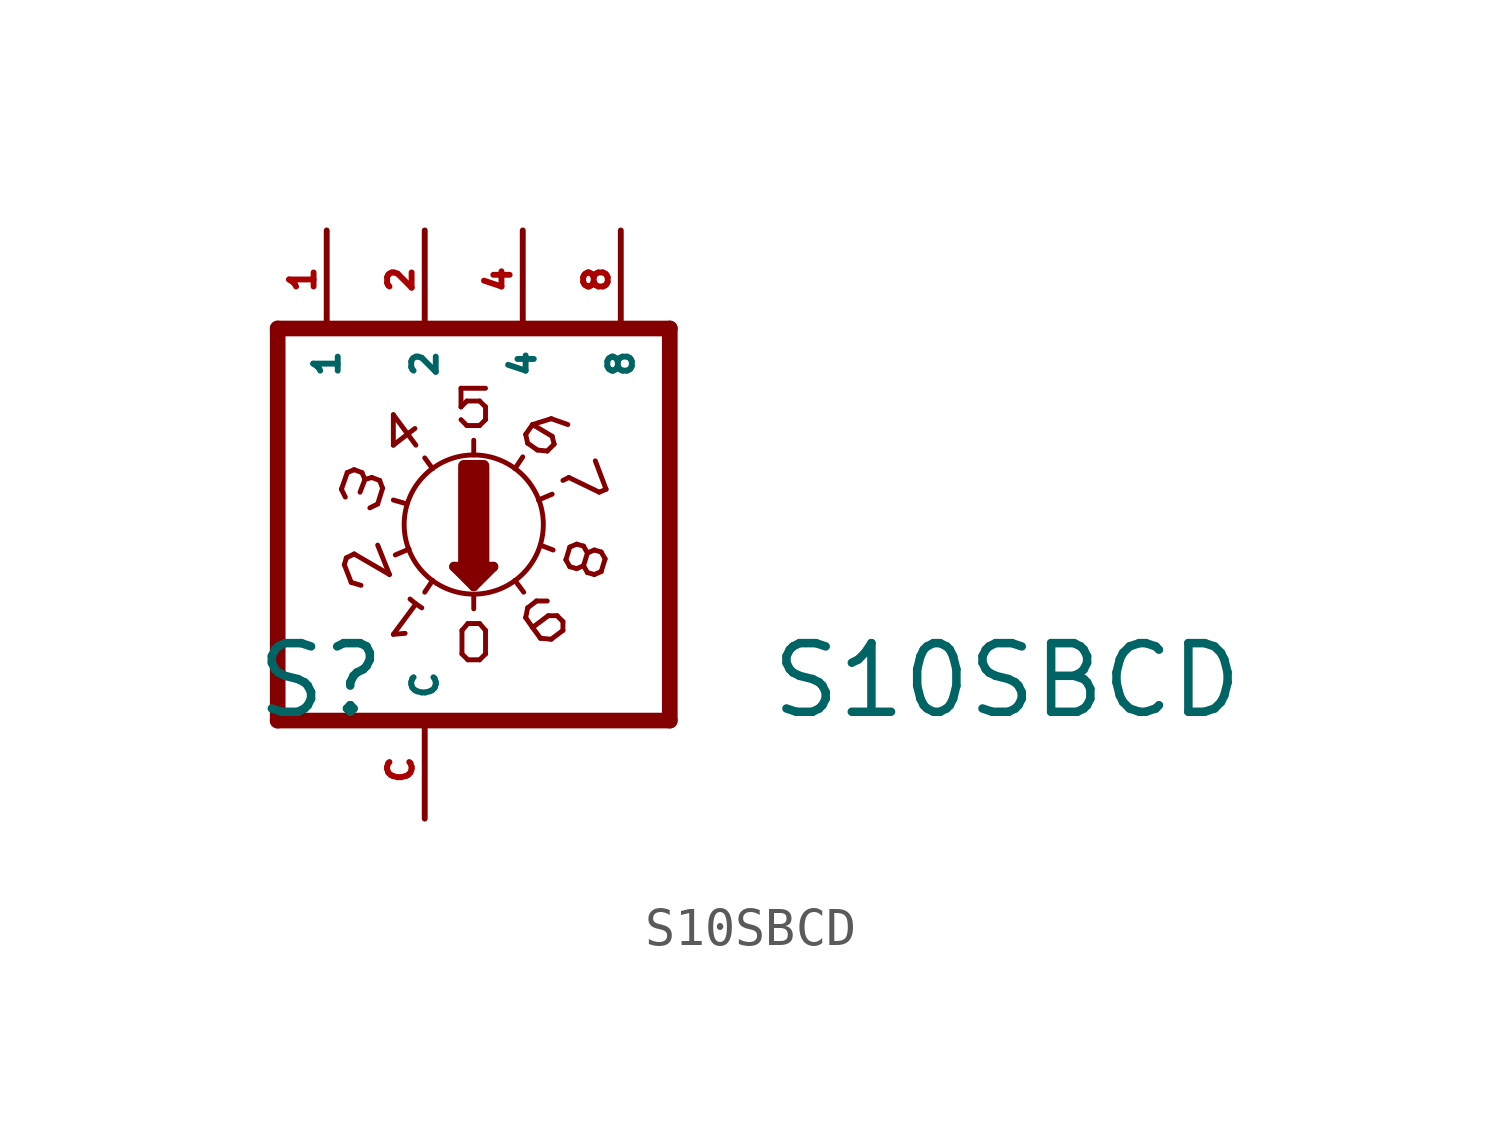
<source format=kicad_sym>
(kicad_symbol_lib
  (version 20220914)
  (generator Eagle2Kicad)
  (symbol "S10SBCD"
    (property "Reference" "S"
      (at -4.445 -5.08 0)
      (effects (font (size 1.778 1.778) (thickness 0.22)) (justify left bottom)))
    (property "Value" "S10SBCD"
      (at 8.89 -5.08 0)
      (effects (font (size 1.778 1.778) (thickness 0.22)) (justify left bottom)))
    (polyline
      (pts (xy 6.35 -5.08) (xy 6.35 5.08))
      (stroke (width 0.406) (type default))
      (fill (type none)))
    (polyline
      (pts (xy 1.27 1.803) (xy 1.27 2.184))
      (stroke (width 0.127) (type default))
      (fill (type none)))
    (polyline
      (pts (xy 0.762 -1.092) (xy 1.27 -1.6))
      (stroke (width 0.254) (type default))
      (fill (type none)))
    (polyline
      (pts (xy 1.27 -1.6) (xy 1.778 -1.092))
      (stroke (width 0.254) (type default))
      (fill (type none)))
    (polyline
      (pts (xy 1.778 -1.092) (xy 0.762 -1.092))
      (stroke (width 0.254) (type default))
      (fill (type none)))
    (polyline
      (pts (xy 1.27 -1.829) (xy 1.27 -2.184))
      (stroke (width 0.127) (type default))
      (fill (type none)))
    (polyline
      (pts (xy 1.016 -1.219) (xy 1.524 -1.219))
      (stroke (width 0.254) (type default))
      (fill (type none)))
    (polyline
      (pts (xy 1.27 -1.473) (xy 1.27 -1.346))
      (stroke (width 0.254) (type default))
      (fill (type none)))
    (polyline
      (pts (xy -3.81 -5.08) (xy -3.81 5.08))
      (stroke (width 0.406) (type default))
      (fill (type none)))
    (polyline
      (pts (xy 1.118 -3.505) (xy 1.422 -3.505))
      (stroke (width 0.127) (type default))
      (fill (type none)))
    (polyline
      (pts (xy 1.422 -3.505) (xy 1.575 -3.353))
      (stroke (width 0.127) (type default))
      (fill (type none)))
    (polyline
      (pts (xy 1.575 -3.353) (xy 1.575 -2.743))
      (stroke (width 0.127) (type default))
      (fill (type none)))
    (polyline
      (pts (xy 1.575 -2.743) (xy 1.422 -2.565))
      (stroke (width 0.127) (type default))
      (fill (type none)))
    (polyline
      (pts (xy 1.422 -2.565) (xy 1.118 -2.565))
      (stroke (width 0.127) (type default))
      (fill (type none)))
    (polyline
      (pts (xy 1.118 -2.565) (xy 0.965 -2.743))
      (stroke (width 0.127) (type default))
      (fill (type none)))
    (polyline
      (pts (xy 0.965 -2.743) (xy 0.965 -3.353))
      (stroke (width 0.127) (type default))
      (fill (type none)))
    (polyline
      (pts (xy 0.965 -3.353) (xy 1.118 -3.505))
      (stroke (width 0.127) (type default))
      (fill (type none)))
    (polyline
      (pts (xy 0.94 2.718) (xy 1.092 2.565))
      (stroke (width 0.127) (type default))
      (fill (type none)))
    (polyline
      (pts (xy 1.092 2.565) (xy 1.422 2.565))
      (stroke (width 0.127) (type default))
      (fill (type none)))
    (polyline
      (pts (xy 1.422 2.565) (xy 1.575 2.718))
      (stroke (width 0.127) (type default))
      (fill (type none)))
    (polyline
      (pts (xy 1.575 3.048) (xy 1.575 2.718))
      (stroke (width 0.127) (type default))
      (fill (type none)))
    (polyline
      (pts (xy 1.575 3.048) (xy 1.422 3.2))
      (stroke (width 0.127) (type default))
      (fill (type none)))
    (polyline
      (pts (xy 1.422 3.2) (xy 1.092 3.2))
      (stroke (width 0.127) (type default))
      (fill (type none)))
    (polyline
      (pts (xy 1.092 3.2) (xy 0.94 3.048))
      (stroke (width 0.127) (type default))
      (fill (type none)))
    (polyline
      (pts (xy 0.94 3.048) (xy 0.94 3.531))
      (stroke (width 0.127) (type default))
      (fill (type none)))
    (polyline
      (pts (xy 1.575 3.531) (xy 0.94 3.531))
      (stroke (width 0.127) (type default))
      (fill (type none)))
    (polyline
      (pts (xy -0.381 -1.93) (xy -0.229 -2.057))
      (stroke (width 0.127) (type default))
      (fill (type none)))
    (polyline
      (pts (xy 0.203 -1.448) (xy 0 -1.753))
      (stroke (width 0.127) (type default))
      (fill (type none)))
    (polyline
      (pts (xy -0.229 -2.057) (xy -0.813 -2.845))
      (stroke (width 0.127) (type default))
      (fill (type none)))
    (polyline
      (pts (xy -0.229 -2.057) (xy -0.076 -2.159))
      (stroke (width 0.127) (type default))
      (fill (type none)))
    (polyline
      (pts (xy -0.813 -2.845) (xy -0.508 -2.819))
      (stroke (width 0.127) (type default))
      (fill (type none)))
    (polyline
      (pts (xy -1.219 -0.533) (xy -0.914 -1.295))
      (stroke (width 0.127) (type default))
      (fill (type none)))
    (polyline
      (pts (xy -0.914 -1.295) (xy -1.829 -0.762))
      (stroke (width 0.127) (type default))
      (fill (type none)))
    (polyline
      (pts (xy -1.829 -0.762) (xy -2.032 -0.864))
      (stroke (width 0.127) (type default))
      (fill (type none)))
    (polyline
      (pts (xy -2.032 -0.864) (xy -2.083 -1.041))
      (stroke (width 0.127) (type default))
      (fill (type none)))
    (polyline
      (pts (xy -2.083 -1.041) (xy -1.905 -1.499))
      (stroke (width 0.127) (type default))
      (fill (type none)))
    (polyline
      (pts (xy -1.905 -1.499) (xy -1.651 -1.575))
      (stroke (width 0.127) (type default))
      (fill (type none)))
    (polyline
      (pts (xy -0.406 -0.635) (xy -0.762 -0.787))
      (stroke (width 0.127) (type default))
      (fill (type none)))
    (polyline
      (pts (xy -0.457 0.533) (xy -0.813 0.635))
      (stroke (width 0.127) (type default))
      (fill (type none)))
    (polyline
      (pts (xy -1.219 0.533) (xy -1.092 0.94))
      (stroke (width 0.127) (type default))
      (fill (type none)))
    (polyline
      (pts (xy -1.092 0.94) (xy -1.168 1.143))
      (stroke (width 0.127) (type default))
      (fill (type none)))
    (polyline
      (pts (xy -1.168 1.143) (xy -1.372 1.219))
      (stroke (width 0.127) (type default))
      (fill (type none)))
    (polyline
      (pts (xy -1.549 1.168) (xy -1.626 1.346))
      (stroke (width 0.127) (type default))
      (fill (type none)))
    (polyline
      (pts (xy -1.549 1.168) (xy -1.676 0.838))
      (stroke (width 0.127) (type default))
      (fill (type none)))
    (polyline
      (pts (xy -1.626 1.346) (xy -1.829 1.422))
      (stroke (width 0.127) (type default))
      (fill (type none)))
    (polyline
      (pts (xy -1.829 1.422) (xy -2.007 1.346))
      (stroke (width 0.127) (type default))
      (fill (type none)))
    (polyline
      (pts (xy -2.007 1.346) (xy -2.159 0.914))
      (stroke (width 0.127) (type default))
      (fill (type none)))
    (polyline
      (pts (xy -2.159 0.914) (xy -2.057 0.711))
      (stroke (width 0.127) (type default))
      (fill (type none)))
    (polyline
      (pts (xy -1.219 0.533) (xy -1.422 0.432))
      (stroke (width 0.127) (type default))
      (fill (type none)))
    (polyline
      (pts (xy -1.372 1.219) (xy -1.549 1.168))
      (stroke (width 0.127) (type default))
      (fill (type none)))
    (polyline
      (pts (xy -0.813 2.845) (xy -0.813 2.057))
      (stroke (width 0.127) (type default))
      (fill (type none)))
    (polyline
      (pts (xy -0.813 2.057) (xy -0.254 2.489))
      (stroke (width 0.127) (type default))
      (fill (type none)))
    (polyline
      (pts (xy -0.813 2.845) (xy -0.229 2.057))
      (stroke (width 0.127) (type default))
      (fill (type none)))
    (polyline
      (pts (xy 0.203 1.448) (xy 0 1.727))
      (stroke (width 0.127) (type default))
      (fill (type none)))
    (polyline
      (pts (xy 2.337 1.448) (xy 2.54 1.753))
      (stroke (width 0.127) (type default))
      (fill (type none)))
    (polyline
      (pts (xy 2.946 0.635) (xy 3.302 0.787))
      (stroke (width 0.127) (type default))
      (fill (type none)))
    (polyline
      (pts (xy 2.667 2.108) (xy 2.921 1.93))
      (stroke (width 0.127) (type default))
      (fill (type none)))
    (polyline
      (pts (xy 2.921 1.93) (xy 3.175 1.905))
      (stroke (width 0.127) (type default))
      (fill (type none)))
    (polyline
      (pts (xy 3.175 1.905) (xy 3.353 2.083))
      (stroke (width 0.127) (type default))
      (fill (type none)))
    (polyline
      (pts (xy 3.353 2.083) (xy 3.302 2.286))
      (stroke (width 0.127) (type default))
      (fill (type none)))
    (polyline
      (pts (xy 3.302 2.286) (xy 2.794 2.591))
      (stroke (width 0.127) (type default))
      (fill (type none)))
    (polyline
      (pts (xy 2.794 2.591) (xy 3.277 2.743))
      (stroke (width 0.127) (type default))
      (fill (type none)))
    (polyline
      (pts (xy 3.277 2.743) (xy 3.708 2.591))
      (stroke (width 0.127) (type default))
      (fill (type none)))
    (polyline
      (pts (xy 2.667 2.108) (xy 2.616 2.337))
      (stroke (width 0.127) (type default))
      (fill (type none)))
    (polyline
      (pts (xy 2.616 2.337) (xy 2.794 2.591))
      (stroke (width 0.127) (type default))
      (fill (type none)))
    (polyline
      (pts (xy 4.42 1.651) (xy 4.699 0.914))
      (stroke (width 0.127) (type default))
      (fill (type none)))
    (polyline
      (pts (xy 4.699 0.914) (xy 4.521 0.838))
      (stroke (width 0.127) (type default))
      (fill (type none)))
    (polyline
      (pts (xy 4.521 0.838) (xy 3.734 1.219))
      (stroke (width 0.127) (type default))
      (fill (type none)))
    (polyline
      (pts (xy 3.734 1.219) (xy 3.581 1.143))
      (stroke (width 0.127) (type default))
      (fill (type none)))
    (polyline
      (pts (xy 4.216 -0.737) (xy 4.115 -0.559))
      (stroke (width 0.127) (type default))
      (fill (type none)))
    (polyline
      (pts (xy 4.115 -0.559) (xy 3.937 -0.508))
      (stroke (width 0.127) (type default))
      (fill (type none)))
    (polyline
      (pts (xy 3.937 -0.508) (xy 3.759 -0.584))
      (stroke (width 0.127) (type default))
      (fill (type none)))
    (polyline
      (pts (xy 4.115 -1.067) (xy 4.216 -0.737))
      (stroke (width 0.127) (type default))
      (fill (type none)))
    (polyline
      (pts (xy 3.759 -0.584) (xy 3.658 -0.914))
      (stroke (width 0.127) (type default))
      (fill (type none)))
    (polyline
      (pts (xy 3.658 -0.914) (xy 3.759 -1.092))
      (stroke (width 0.127) (type default))
      (fill (type none)))
    (polyline
      (pts (xy 3.759 -1.092) (xy 3.937 -1.143))
      (stroke (width 0.127) (type default))
      (fill (type none)))
    (polyline
      (pts (xy 3.937 -1.143) (xy 4.115 -1.067))
      (stroke (width 0.127) (type default))
      (fill (type none)))
    (polyline
      (pts (xy 4.674 -0.889) (xy 4.572 -0.711))
      (stroke (width 0.127) (type default))
      (fill (type none)))
    (polyline
      (pts (xy 4.572 -0.711) (xy 4.394 -0.66))
      (stroke (width 0.127) (type default))
      (fill (type none)))
    (polyline
      (pts (xy 4.394 -0.66) (xy 4.216 -0.737))
      (stroke (width 0.127) (type default))
      (fill (type none)))
    (polyline
      (pts (xy 4.572 -1.219) (xy 4.674 -0.889))
      (stroke (width 0.127) (type default))
      (fill (type none)))
    (polyline
      (pts (xy 4.115 -1.067) (xy 4.216 -1.245))
      (stroke (width 0.127) (type default))
      (fill (type none)))
    (polyline
      (pts (xy 4.216 -1.245) (xy 4.394 -1.295))
      (stroke (width 0.127) (type default))
      (fill (type none)))
    (polyline
      (pts (xy 4.394 -1.295) (xy 4.572 -1.219))
      (stroke (width 0.127) (type default))
      (fill (type none)))
    (polyline
      (pts (xy 2.667 -2.159) (xy 2.896 -1.981))
      (stroke (width 0.127) (type default))
      (fill (type none)))
    (polyline
      (pts (xy 2.896 -1.981) (xy 3.175 -1.981))
      (stroke (width 0.127) (type default))
      (fill (type none)))
    (polyline
      (pts (xy 2.667 -2.159) (xy 2.616 -2.413))
      (stroke (width 0.127) (type default))
      (fill (type none)))
    (polyline
      (pts (xy 2.616 -2.413) (xy 2.794 -2.667))
      (stroke (width 0.127) (type default))
      (fill (type none)))
    (polyline
      (pts (xy 2.997 -2.946) (xy 3.277 -2.972))
      (stroke (width 0.127) (type default))
      (fill (type none)))
    (polyline
      (pts (xy 3.277 -2.972) (xy 3.581 -2.743))
      (stroke (width 0.127) (type default))
      (fill (type none)))
    (polyline
      (pts (xy 3.581 -2.743) (xy 3.581 -2.515))
      (stroke (width 0.127) (type default))
      (fill (type none)))
    (polyline
      (pts (xy 3.581 -2.515) (xy 3.429 -2.362))
      (stroke (width 0.127) (type default))
      (fill (type none)))
    (polyline
      (pts (xy 3.429 -2.362) (xy 3.2 -2.362))
      (stroke (width 0.127) (type default))
      (fill (type none)))
    (polyline
      (pts (xy 3.2 -2.362) (xy 2.794 -2.667))
      (stroke (width 0.127) (type default))
      (fill (type none)))
    (polyline
      (pts (xy 2.794 -2.667) (xy 2.997 -2.946))
      (stroke (width 0.127) (type default))
      (fill (type none)))
    (polyline
      (pts (xy 2.997 -0.533) (xy 3.327 -0.66))
      (stroke (width 0.127) (type default))
      (fill (type none)))
    (polyline
      (pts (xy 2.337 -1.448) (xy 2.565 -1.753))
      (stroke (width 0.127) (type default))
      (fill (type none)))
    (polyline
      (pts (xy -3.81 -5.08) (xy 6.35 -5.08))
      (stroke (width 0.406) (type default))
      (fill (type none)))
    (polyline
      (pts (xy 6.35 5.08) (xy -3.81 5.08))
      (stroke (width 0.406) (type default))
      (fill (type none)))
    (circle
      (center 1.27 0)
      (radius 1.803)
      (stroke (width 0.127) (type default))
      (fill (type none)))
    (rectangle
      (start 1.016 -1.016)
      (end 1.524 1.524)
      (stroke (width 0.3) (type default))
      (fill (type outline)))
    (pin passive line
      (at 5.08 7.62 270)
      (length 2.54)
      (name "8" (effects (font (size 0.635 0.635) (thickness 0.08)) (justify left bottom)))
      (number "8" (effects (font (size 0.635 0.635) (thickness 0.08)) (justify left bottom))))
    (pin passive line
      (at 2.54 7.62 270)
      (length 2.54)
      (name "4" (effects (font (size 0.635 0.635) (thickness 0.08)) (justify left bottom)))
      (number "4" (effects (font (size 0.635 0.635) (thickness 0.08)) (justify left bottom))))
    (pin passive line
      (at 0 7.62 270)
      (length 2.54)
      (name "2" (effects (font (size 0.635 0.635) (thickness 0.08)) (justify left bottom)))
      (number "2" (effects (font (size 0.635 0.635) (thickness 0.08)) (justify left bottom))))
    (pin passive line
      (at -2.54 7.62 270)
      (length 2.54)
      (name "1" (effects (font (size 0.635 0.635) (thickness 0.08)) (justify left bottom)))
      (number "1" (effects (font (size 0.635 0.635) (thickness 0.08)) (justify left bottom))))
    (pin passive line
      (at 0 -7.62 90)
      (length 2.54)
      (name "C" (effects (font (size 0.635 0.635) (thickness 0.08)) (justify left bottom)))
      (number "C" (effects (font (size 0.635 0.635) (thickness 0.08)) (justify left bottom))))))
</source>
